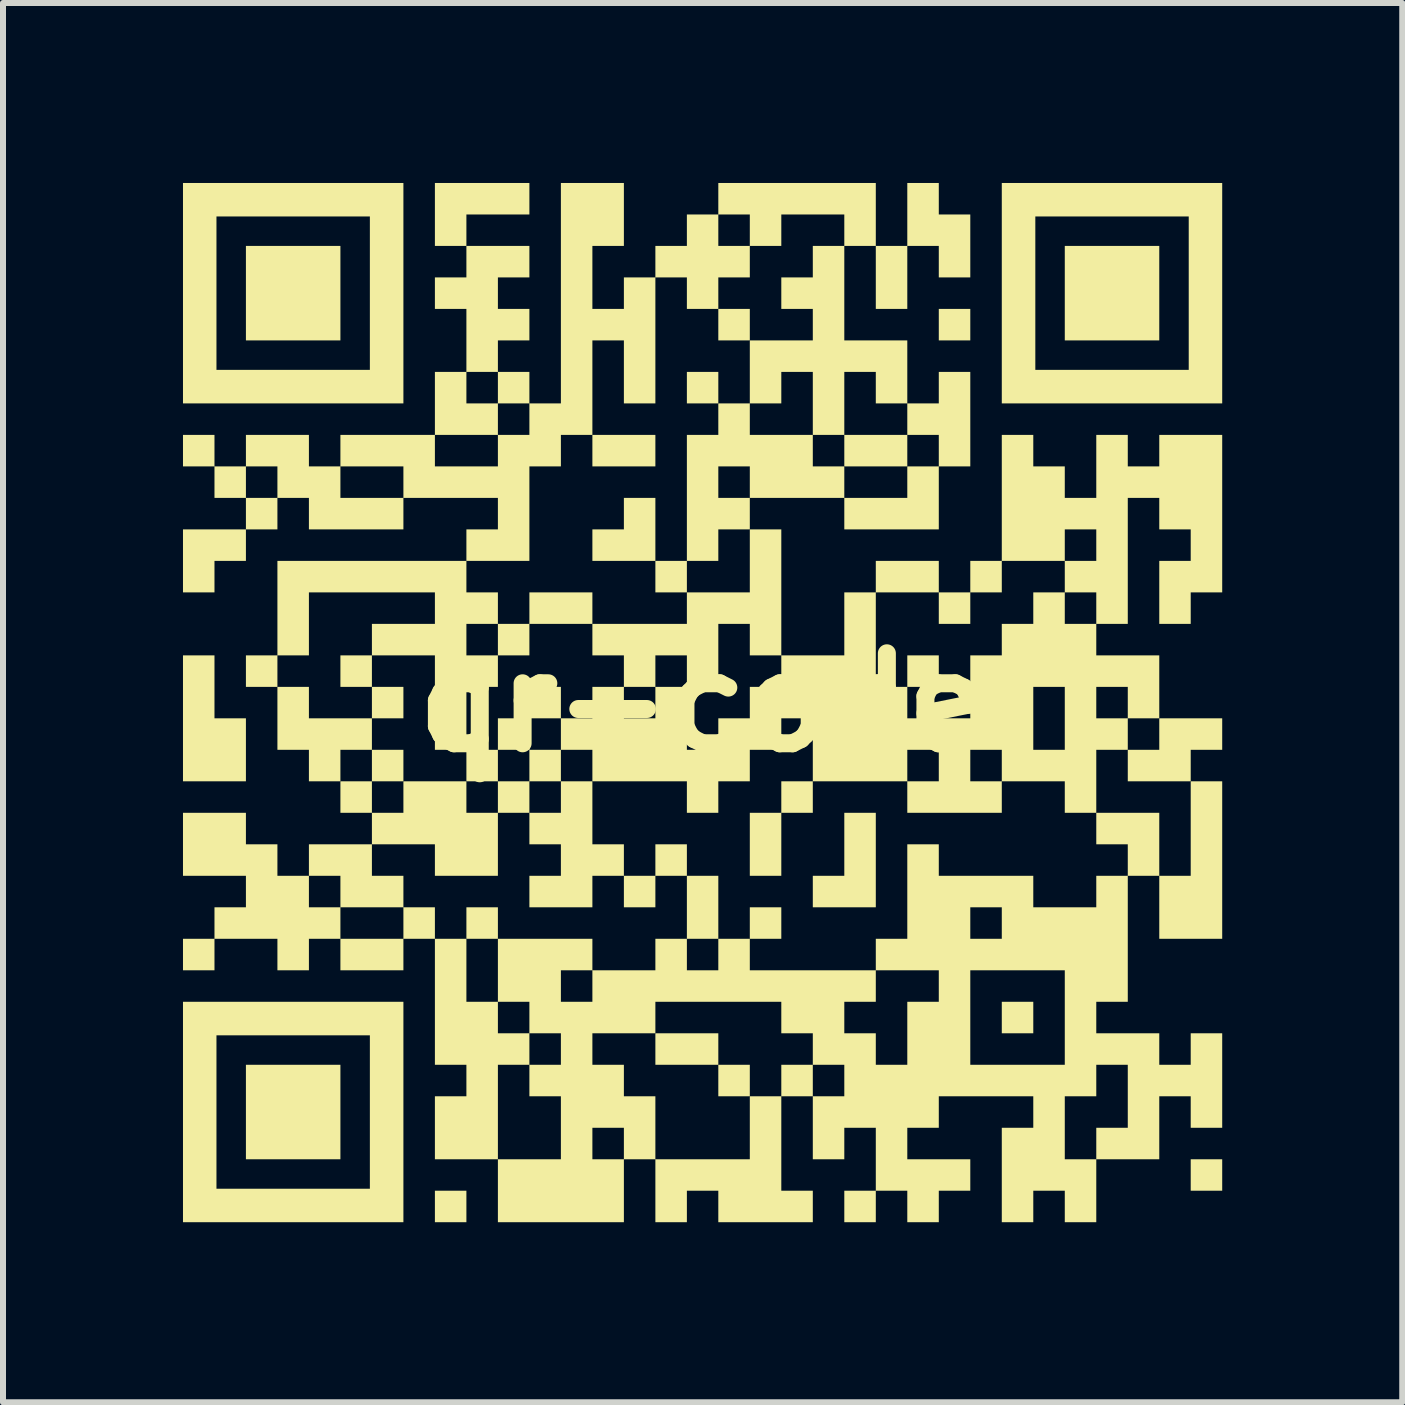
<source format=kicad_pcb>
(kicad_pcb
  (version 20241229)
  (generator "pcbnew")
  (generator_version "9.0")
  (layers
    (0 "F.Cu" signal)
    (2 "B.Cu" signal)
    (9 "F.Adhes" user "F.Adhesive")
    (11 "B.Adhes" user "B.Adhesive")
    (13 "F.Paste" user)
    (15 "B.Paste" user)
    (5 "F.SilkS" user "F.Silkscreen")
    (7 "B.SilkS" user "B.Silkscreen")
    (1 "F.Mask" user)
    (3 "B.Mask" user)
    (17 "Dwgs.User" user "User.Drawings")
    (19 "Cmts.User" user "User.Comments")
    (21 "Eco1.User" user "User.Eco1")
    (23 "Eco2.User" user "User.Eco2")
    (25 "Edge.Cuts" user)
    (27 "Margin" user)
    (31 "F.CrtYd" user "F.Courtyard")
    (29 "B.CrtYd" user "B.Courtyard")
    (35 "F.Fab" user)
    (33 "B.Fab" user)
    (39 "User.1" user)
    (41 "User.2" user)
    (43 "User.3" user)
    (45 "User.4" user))
  (footprint "qr-code"
    (layer "F.Cu")
    (at 8.661 8.661)
    (property "Reference" "qr-code" (at 0 0 0) (layer "F.SilkS") (effects (font (size 1.5 1.5) (thickness 0.3))))
    (attr board_only exclude_from_pos_files exclude_from_bom)
    (fp_poly (pts (xy -6.037 -6.824) (xy -6.037 -6.037) (xy -6.824 -6.037) (xy -7.612 -6.037) (xy -7.612 -6.824) (xy -7.612 -7.612) (xy -6.824 -7.612) (xy -6.037 -7.612)) (stroke (width 0) (type solid)) (fill yes) (layer "F.SilkS"))
    (fp_poly (pts (xy -6.037 6.824) (xy -6.037 7.612) (xy -6.824 7.612) (xy -7.612 7.612) (xy -7.612 6.824) (xy -7.612 6.037) (xy -6.824 6.037) (xy -6.037 6.037)) (stroke (width 0) (type solid)) (fill yes) (layer "F.SilkS"))
    (fp_poly (pts (xy -5.512 -0.525) (xy -5.512 -0.262) (xy -5.774 -0.262) (xy -6.037 -0.262) (xy -6.037 -0.525) (xy -6.037 -0.787) (xy -5.774 -0.787) (xy -5.512 -0.787)) (stroke (width 0) (type solid)) (fill yes) (layer "F.SilkS"))
    (fp_poly (pts (xy -4.987 -0.000001) (xy -4.987 0.262) (xy -5.249 0.262) (xy -5.512 0.262) (xy -5.512 -0.000001) (xy -5.512 -0.262) (xy -5.249 -0.262) (xy -4.987 -0.262)) (stroke (width 0) (type solid)) (fill yes) (layer "F.SilkS"))
    (fp_poly (pts (xy -4.987 1.05) (xy -4.987 1.312) (xy -5.249 1.312) (xy -5.512 1.312) (xy -5.512 1.05) (xy -5.512 0.787) (xy -5.249 0.787) (xy -4.987 0.787)) (stroke (width 0) (type solid)) (fill yes) (layer "F.SilkS"))
    (fp_poly (pts (xy -3.937 8.399) (xy -3.937 8.661) (xy -4.199 8.661) (xy -4.462 8.661) (xy -4.462 8.399) (xy -4.462 8.136) (xy -4.199 8.136) (xy -3.937 8.136)) (stroke (width 0) (type solid)) (fill yes) (layer "F.SilkS"))
    (fp_poly (pts (xy -3.412 3.675) (xy -3.412 3.937) (xy -3.675 3.937) (xy -3.937 3.937) (xy -3.937 3.675) (xy -3.937 3.412) (xy -3.675 3.412) (xy -3.412 3.412)) (stroke (width 0) (type solid)) (fill yes) (layer "F.SilkS"))
    (fp_poly (pts (xy -0.787 -4.199) (xy -0.787 -3.937) (xy -1.312 -3.937) (xy -1.837 -3.937) (xy -1.837 -4.199) (xy -1.837 -4.462) (xy -1.312 -4.462) (xy -0.787 -4.462)) (stroke (width 0) (type solid)) (fill yes) (layer "F.SilkS"))
    (fp_poly (pts (xy -0.262 -2.1) (xy -0.262 -1.837) (xy -0.525 -1.837) (xy -0.787 -1.837) (xy -0.787 -2.1) (xy -0.787 -2.362) (xy -0.525 -2.362) (xy -0.262 -2.362)) (stroke (width 0) (type solid)) (fill yes) (layer "F.SilkS"))
    (fp_poly (pts (xy 0.262 -5.249) (xy 0.262 -4.987) (xy -0.000001 -4.987) (xy -0.262 -4.987) (xy -0.262 -5.249) (xy -0.262 -5.512) (xy -0.000001 -5.512) (xy 0.262 -5.512)) (stroke (width 0) (type solid)) (fill yes) (layer "F.SilkS"))
    (fp_poly (pts (xy 0.262 3.412) (xy 0.262 3.937) (xy -0.000001 3.937) (xy -0.262 3.937) (xy -0.262 3.412) (xy -0.262 2.887) (xy -0.000001 2.887) (xy 0.262 2.887)) (stroke (width 0) (type solid)) (fill yes) (layer "F.SilkS"))
    (fp_poly (pts (xy 0.262 5.774) (xy 0.262 6.037) (xy -0.262 6.037) (xy -0.787 6.037) (xy -0.787 5.774) (xy -0.787 5.512) (xy -0.262 5.512) (xy 0.262 5.512)) (stroke (width 0) (type solid)) (fill yes) (layer "F.SilkS"))
    (fp_poly (pts (xy 0.787 -6.299) (xy 0.787 -6.037) (xy 0.525 -6.037) (xy 0.262 -6.037) (xy 0.262 -6.299) (xy 0.262 -6.562) (xy 0.525 -6.562) (xy 0.787 -6.562)) (stroke (width 0) (type solid)) (fill yes) (layer "F.SilkS"))
    (fp_poly (pts (xy 0.787 6.299) (xy 0.787 6.562) (xy 0.525 6.562) (xy 0.262 6.562) (xy 0.262 6.299) (xy 0.262 6.037) (xy 0.525 6.037) (xy 0.787 6.037)) (stroke (width 0) (type solid)) (fill yes) (layer "F.SilkS"))
    (fp_poly (pts (xy 1.312 3.675) (xy 1.312 3.937) (xy 1.05 3.937) (xy 0.787 3.937) (xy 0.787 3.675) (xy 0.787 3.412) (xy 1.05 3.412) (xy 1.312 3.412)) (stroke (width 0) (type solid)) (fill yes) (layer "F.SilkS"))
    (fp_poly (pts (xy 3.412 -4.199) (xy 3.412 -3.937) (xy 2.887 -3.937) (xy 2.362 -3.937) (xy 2.362 -4.199) (xy 2.362 -4.462) (xy 2.887 -4.462) (xy 3.412 -4.462)) (stroke (width 0) (type solid)) (fill yes) (layer "F.SilkS"))
    (fp_poly (pts (xy 3.937 -0.525) (xy 3.937 -0.262) (xy 3.675 -0.262) (xy 3.412 -0.262) (xy 3.412 -0.525) (xy 3.412 -0.787) (xy 3.675 -0.787) (xy 3.937 -0.787)) (stroke (width 0) (type solid)) (fill yes) (layer "F.SilkS"))
    (fp_poly (pts (xy 4.462 -6.299) (xy 4.462 -6.037) (xy 4.199 -6.037) (xy 3.937 -6.037) (xy 3.937 -6.299) (xy 3.937 -6.562) (xy 4.199 -6.562) (xy 4.462 -6.562)) (stroke (width 0) (type solid)) (fill yes) (layer "F.SilkS"))
    (fp_poly (pts (xy 5.512 5.249) (xy 5.512 5.512) (xy 5.249 5.512) (xy 4.987 5.512) (xy 4.987 5.249) (xy 4.987 4.987) (xy 5.249 4.987) (xy 5.512 4.987)) (stroke (width 0) (type solid)) (fill yes) (layer "F.SilkS"))
    (fp_poly (pts (xy 7.612 -6.824) (xy 7.612 -6.037) (xy 6.824 -6.037) (xy 6.037 -6.037) (xy 6.037 -6.824) (xy 6.037 -7.612) (xy 6.824 -7.612) (xy 7.612 -7.612)) (stroke (width 0) (type solid)) (fill yes) (layer "F.SilkS"))
    (fp_poly (pts (xy 8.661 7.874) (xy 8.661 8.136) (xy 8.399 8.136) (xy 8.136 8.136) (xy 8.136 7.874) (xy 8.136 7.612) (xy 8.399 7.612) (xy 8.661 7.612)) (stroke (width 0) (type solid)) (fill yes) (layer "F.SilkS"))
    (fp_poly (pts (xy -8.136 -0.262) (xy -8.136 0.262) (xy -7.874 0.262) (xy -7.612 0.262) (xy -7.612 0.787) (xy -7.612 1.312) (xy -8.136 1.312) (xy -8.661 1.312) (xy -8.661 0.262) (xy -8.661 -0.787) (xy -8.399 -0.787) (xy -8.136 -0.787)) (stroke (width 0) (type solid)) (fill yes) (layer "F.SilkS"))
    (fp_poly (pts (xy -2.887 -8.399) (xy -2.887 -8.136) (xy -3.412 -8.136) (xy -3.937 -8.136) (xy -3.937 -7.874) (xy -3.937 -7.612) (xy -4.199 -7.612) (xy -4.462 -7.612) (xy -4.462 -8.136) (xy -4.462 -8.661) (xy -3.675 -8.661) (xy -2.887 -8.661)) (stroke (width 0) (type solid)) (fill yes) (layer "F.SilkS"))
    (fp_poly (pts (xy -0.787 -2.887) (xy -0.787 -2.362) (xy -1.312 -2.362) (xy -1.837 -2.362) (xy -1.837 -2.625) (xy -1.837 -2.887) (xy -1.575 -2.887) (xy -1.312 -2.887) (xy -1.312 -3.15) (xy -1.312 -3.412) (xy -1.05 -3.412) (xy -0.787 -3.412)) (stroke (width 0) (type solid)) (fill yes) (layer "F.SilkS"))
    (fp_poly (pts (xy 2.887 2.625) (xy 2.887 3.412) (xy 2.362 3.412) (xy 1.837 3.412) (xy 1.837 3.15) (xy 1.837 2.887) (xy 2.1 2.887) (xy 2.362 2.887) (xy 2.362 2.362) (xy 2.362 1.837) (xy 2.625 1.837) (xy 2.887 1.837)) (stroke (width 0) (type solid)) (fill yes) (layer "F.SilkS"))
    (fp_poly (pts (xy -1.837 -1.575) (xy -1.837 -1.312) (xy -2.362 -1.312) (xy -2.887 -1.312) (xy -2.887 -1.05) (xy -2.887 -0.787) (xy -3.15 -0.787) (xy -3.412 -0.787) (xy -3.412 -1.05) (xy -3.412 -1.312) (xy -3.15 -1.312) (xy -2.887 -1.312) (xy -2.887 -1.575) (xy -2.887 -1.837) (xy -2.362 -1.837) (xy -1.837 -1.837)) (stroke (width 0) (type solid)) (fill yes) (layer "F.SilkS"))
    (fp_poly (pts (xy 1.837 1.575) (xy 1.837 1.837) (xy 1.575 1.837) (xy 1.312 1.837) (xy 1.312 2.362) (xy 1.312 2.887) (xy 1.05 2.887) (xy 0.787 2.887) (xy 0.787 2.362) (xy 0.787 1.837) (xy 1.05 1.837) (xy 1.312 1.837) (xy 1.312 1.575) (xy 1.312 1.312) (xy 1.575 1.312) (xy 1.837 1.312)) (stroke (width 0) (type solid)) (fill yes) (layer "F.SilkS"))
    (fp_poly (pts (xy 8.661 0.525) (xy 8.661 0.787) (xy 8.399 0.787) (xy 8.136 0.787) (xy 8.136 1.05) (xy 8.136 1.312) (xy 7.612 1.312) (xy 7.087 1.312) (xy 7.087 1.05) (xy 7.087 0.787) (xy 7.349 0.787) (xy 7.612 0.787) (xy 7.612 0.525) (xy 7.612 0.262) (xy 8.136 0.262) (xy 8.661 0.262)) (stroke (width 0) (type solid)) (fill yes) (layer "F.SilkS"))
    (fp_poly (pts (xy -4.987 -6.824) (xy -4.987 -4.987) (xy -6.824 -4.987) (xy -8.661 -4.987) (xy -8.661 -6.824) (xy -8.103 -6.824) (xy -8.103 -5.546) (xy -6.824 -5.546) (xy -5.546 -5.546) (xy -5.546 -6.824) (xy -5.546 -8.103) (xy -6.824 -8.103) (xy -8.103 -8.103) (xy -8.103 -6.824) (xy -8.661 -6.824) (xy -8.661 -8.661) (xy -6.824 -8.661) (xy -4.987 -8.661)) (stroke (width 0) (type solid)) (fill yes) (layer "F.SilkS"))
    (fp_poly (pts (xy -4.987 6.824) (xy -4.987 8.661) (xy -6.824 8.661) (xy -8.661 8.661) (xy -8.661 6.824) (xy -8.103 6.824) (xy -8.103 8.103) (xy -6.824 8.103) (xy -5.546 8.103) (xy -5.546 6.824) (xy -5.546 5.546) (xy -6.824 5.546) (xy -8.103 5.546) (xy -8.103 6.824) (xy -8.661 6.824) (xy -8.661 4.987) (xy -6.824 4.987) (xy -4.987 4.987)) (stroke (width 0) (type solid)) (fill yes) (layer "F.SilkS"))
    (fp_poly (pts (xy 8.661 -6.824) (xy 8.661 -4.987) (xy 6.824 -4.987) (xy 4.987 -4.987) (xy 4.987 -6.824) (xy 5.546 -6.824) (xy 5.546 -5.546) (xy 6.824 -5.546) (xy 8.103 -5.546) (xy 8.103 -6.824) (xy 8.103 -8.103) (xy 6.824 -8.103) (xy 5.546 -8.103) (xy 5.546 -6.824) (xy 4.987 -6.824) (xy 4.987 -8.661) (xy 6.824 -8.661) (xy 8.661 -8.661)) (stroke (width 0) (type solid)) (fill yes) (layer "F.SilkS"))
    (fp_poly (pts (xy -6.562 -0.000001) (xy -6.562 0.262) (xy -6.037 0.262) (xy -5.512 0.262) (xy -5.512 0.525) (xy -5.512 0.787) (xy -5.774 0.787) (xy -6.037 0.787) (xy -6.037 1.05) (xy -6.037 1.312) (xy -6.299 1.312) (xy -6.562 1.312) (xy -6.562 1.05) (xy -6.562 0.787) (xy -6.824 0.787) (xy -7.087 0.787) (xy -7.087 0.262) (xy -7.087 -0.262) (xy -6.824 -0.262) (xy -6.562 -0.262)) (stroke (width 0) (type solid)) (fill yes) (layer "F.SilkS"))
    (fp_poly (pts (xy -2.362 -0.000001) (xy -2.362 0.262) (xy -2.625 0.262) (xy -2.887 0.262) (xy -2.887 0.525) (xy -2.887 0.787) (xy -3.15 0.787) (xy -3.412 0.787) (xy -3.412 1.05) (xy -3.412 1.312) (xy -3.15 1.312) (xy -2.887 1.312) (xy -2.887 1.05) (xy -2.887 0.787) (xy -2.625 0.787) (xy -2.362 0.787) (xy -2.362 1.05) (xy -2.362 1.312) (xy -2.625 1.312) (xy -2.887 1.312) (xy -2.887 1.575) (xy -2.887 1.837) (xy -2.625 1.837) (xy -2.362 1.837) (xy -2.362 1.575) (xy -2.362 1.312) (xy -2.1 1.312) (xy -1.837 1.312) (xy -1.837 1.837) (xy -1.837 2.362) (xy -1.575 2.362) (xy -1.312 2.362) (xy -1.312 2.625) (xy -1.312 2.887) (xy -1.05 2.887) (xy -0.787 2.887) (xy -0.787 2.625) (xy -0.787 2.362) (xy -0.525 2.362) (xy -0.262 2.362) (xy -0.262 2.625) (xy -0.262 2.887) (xy -0.525 2.887) (xy -0.787 2.887) (xy -0.787 3.15) (xy -0.787 3.412) (xy -1.05 3.412) (xy -1.312 3.412) (xy -1.312 3.15) (xy -1.312 2.887) (xy -1.575 2.887) (xy -1.837 2.887) (xy -1.837 3.15) (xy -1.837 3.412) (xy -2.362 3.412) (xy -2.887 3.412) (xy -2.887 3.15) (xy -2.887 2.887) (xy -2.625 2.887) (xy -2.362 2.887) (xy -2.362 2.625) (xy -2.362 2.362) (xy -2.625 2.362) (xy -2.887 2.362) (xy -2.887 2.1) (xy -2.887 1.837) (xy -3.15 1.837) (xy -3.412 1.837) (xy -3.412 1.575) (xy -3.412 1.312) (xy -3.675 1.312) (xy -3.937 1.312) (xy -3.937 1.05) (xy -3.937 0.787) (xy -3.675 0.787) (xy -3.412 0.787) (xy -3.412 0.525) (xy -3.412 0.262) (xy -3.15 0.262) (xy -2.887 0.262) (xy -2.887 -0.000001) (xy -2.887 -0.262) (xy -2.625 -0.262) (xy -2.362 -0.262)) (stroke (width 0) (type solid)) (fill yes) (layer "F.SilkS"))
    (fp_poly (pts (xy -5.512 1.575) (xy -5.512 1.837) (xy -5.249 1.837) (xy -4.987 1.837) (xy -4.987 1.575) (xy -4.987 1.312) (xy -4.462 1.312) (xy -3.937 1.312) (xy -3.937 1.575) (xy -3.937 1.837) (xy -3.675 1.837) (xy -3.412 1.837) (xy -3.412 2.362) (xy -3.412 2.887) (xy -3.937 2.887) (xy -4.462 2.887) (xy -4.462 2.625) (xy -4.462 2.362) (xy -4.987 2.362) (xy -5.512 2.362) (xy -5.512 2.625) (xy -5.512 2.887) (xy -5.249 2.887) (xy -4.987 2.887) (xy -4.987 3.15) (xy -4.987 3.412) (xy -5.512 3.412) (xy -6.037 3.412) (xy -6.037 3.15) (xy -6.037 2.887) (xy -6.299 2.887) (xy -6.562 2.887) (xy -6.562 3.15) (xy -6.562 3.412) (xy -6.299 3.412) (xy -6.037 3.412) (xy -6.037 3.675) (xy -6.037 3.937) (xy -5.512 3.937) (xy -4.987 3.937) (xy -4.987 3.675) (xy -4.987 3.412) (xy -4.724 3.412) (xy -4.462 3.412) (xy -4.462 3.675) (xy -4.462 3.937) (xy -4.724 3.937) (xy -4.987 3.937) (xy -4.987 4.199) (xy -4.987 4.462) (xy -5.512 4.462) (xy -6.037 4.462) (xy -6.037 4.199) (xy -6.037 3.937) (xy -6.299 3.937) (xy -6.562 3.937) (xy -6.562 4.199) (xy -6.562 4.462) (xy -6.824 4.462) (xy -7.087 4.462) (xy -7.087 4.199) (xy -7.087 3.937) (xy -7.612 3.937) (xy -8.136 3.937) (xy -8.136 4.199) (xy -8.136 4.462) (xy -8.399 4.462) (xy -8.661 4.462) (xy -8.661 4.199) (xy -8.661 3.937) (xy -8.399 3.937) (xy -8.136 3.937) (xy -8.136 3.675) (xy -8.136 3.412) (xy -7.874 3.412) (xy -7.612 3.412) (xy -7.612 3.15) (xy -7.612 2.887) (xy -8.136 2.887) (xy -8.661 2.887) (xy -8.661 2.362) (xy -8.661 1.837) (xy -8.136 1.837) (xy -7.612 1.837) (xy -7.612 2.1) (xy -7.612 2.362) (xy -7.349 2.362) (xy -7.087 2.362) (xy -7.087 2.625) (xy -7.087 2.887) (xy -6.824 2.887) (xy -6.562 2.887) (xy -6.562 2.625) (xy -6.562 2.362) (xy -6.037 2.362) (xy -5.512 2.362) (xy -5.512 2.1) (xy -5.512 1.837) (xy -5.774 1.837) (xy -6.037 1.837) (xy -6.037 1.575) (xy -6.037 1.312) (xy -5.774 1.312) (xy -5.512 1.312)) (stroke (width 0) (type solid)) (fill yes) (layer "F.SilkS"))
    (fp_poly (pts (xy 5.512 -4.199) (xy 5.512 -3.937) (xy 5.774 -3.937) (xy 6.037 -3.937) (xy 6.037 -3.675) (xy 6.037 -3.412) (xy 6.299 -3.412) (xy 6.562 -3.412) (xy 6.562 -3.937) (xy 6.562 -4.462) (xy 6.824 -4.462) (xy 7.087 -4.462) (xy 7.087 -4.199) (xy 7.087 -3.937) (xy 7.349 -3.937) (xy 7.612 -3.937) (xy 7.612 -4.199) (xy 7.612 -4.462) (xy 8.136 -4.462) (xy 8.661 -4.462) (xy 8.661 -3.15) (xy 8.661 -1.837) (xy 8.399 -1.837) (xy 8.136 -1.837) (xy 8.136 -1.575) (xy 8.136 -1.312) (xy 7.874 -1.312) (xy 7.612 -1.312) (xy 7.612 -1.837) (xy 7.612 -2.362) (xy 7.874 -2.362) (xy 8.136 -2.362) (xy 8.136 -2.625) (xy 8.136 -2.887) (xy 7.874 -2.887) (xy 7.612 -2.887) (xy 7.612 -3.15) (xy 7.612 -3.412) (xy 7.349 -3.412) (xy 7.087 -3.412) (xy 7.087 -2.362) (xy 7.087 -1.312) (xy 6.824 -1.312) (xy 6.562 -1.312) (xy 6.562 -1.05) (xy 6.562 -0.787) (xy 7.087 -0.787) (xy 7.612 -0.787) (xy 7.612 -0.262) (xy 7.612 0.262) (xy 7.349 0.262) (xy 7.087 0.262) (xy 7.087 0.525) (xy 7.087 0.787) (xy 6.824 0.787) (xy 6.562 0.787) (xy 6.562 1.312) (xy 6.562 1.837) (xy 6.299 1.837) (xy 6.037 1.837) (xy 6.037 1.575) (xy 6.037 1.312) (xy 5.512 1.312) (xy 4.987 1.312) (xy 4.987 1.575) (xy 4.987 1.837) (xy 4.199 1.837) (xy 3.412 1.837) (xy 3.412 1.575) (xy 3.412 1.312) (xy 3.675 1.312) (xy 3.937 1.312) (xy 3.937 1.05) (xy 4.462 1.05) (xy 4.462 1.312) (xy 4.724 1.312) (xy 4.987 1.312) (xy 4.987 1.05) (xy 4.987 0.787) (xy 4.724 0.787) (xy 4.462 0.787) (xy 4.462 1.05) (xy 3.937 1.05) (xy 3.937 0.787) (xy 3.675 0.787) (xy 3.412 0.787) (xy 3.412 1.05) (xy 3.412 1.312) (xy 2.625 1.312) (xy 1.837 1.312) (xy 1.837 0.787) (xy 1.837 0.262) (xy 1.575 0.262) (xy 1.312 0.262) (xy 1.312 0.525) (xy 1.312 0.787) (xy 1.05 0.787) (xy 0.787 0.787) (xy 0.787 1.05) (xy 0.787 1.312) (xy 0.525 1.312) (xy 0.262 1.312) (xy 0.262 1.575) (xy 0.262 1.837) (xy -0.000001 1.837) (xy -0.262 1.837) (xy -0.262 1.575) (xy -0.262 1.312) (xy -1.05 1.312) (xy -1.837 1.312) (xy -1.837 1.05) (xy -1.837 0.787) (xy -2.1 0.787) (xy -2.362 0.787) (xy -2.362 0.525) (xy -2.362 0.262) (xy -2.1 0.262) (xy -1.837 0.262) (xy -1.837 -0.000001) (xy -1.837 -0.262) (xy -1.575 -0.262) (xy -1.312 -0.262) (xy -1.312 -0.000001) (xy -1.312 0.262) (xy -1.05 0.262) (xy -0.787 0.262) (xy -0.787 -0.000001) (xy -0.787 -0.262) (xy -0.525 -0.262) (xy -0.262 -0.262) (xy -0.262 0.262) (xy -0.262 0.787) (xy -0.000001 0.787) (xy 0.262 0.787) (xy 0.262 0.525) (xy 0.262 0.262) (xy 0.525 0.262) (xy 0.787 0.262) (xy 0.787 -0.000001) (xy 0.787 -0.262) (xy 1.05 -0.262) (xy 1.312 -0.262) (xy 1.312 -0.525) (xy 1.312 -0.787) (xy 1.05 -0.787) (xy 0.787 -0.787) (xy 0.787 -1.05) (xy 0.787 -1.312) (xy 0.525 -1.312) (xy 0.262 -1.312) (xy 0.262 -0.787) (xy 0.262 -0.262) (xy -0.000001 -0.262) (xy -0.262 -0.262) (xy -0.262 -0.525) (xy -0.262 -0.787) (xy -0.525 -0.787) (xy -0.787 -0.787) (xy -0.787 -0.525) (xy -0.787 -0.262) (xy -1.05 -0.262) (xy -1.312 -0.262) (xy -1.312 -0.525) (xy -1.312 -0.787) (xy -1.575 -0.787) (xy -1.837 -0.787) (xy -1.837 -1.05) (xy -1.837 -1.312) (xy -1.05 -1.312) (xy -0.262 -1.312) (xy -0.262 -1.575) (xy -0.262 -1.837) (xy 0.262 -1.837) (xy 0.787 -1.837) (xy 0.787 -2.362) (xy 0.787 -2.887) (xy 1.05 -2.887) (xy 1.312 -2.887) (xy 1.312 -1.837) (xy 1.312 -0.787) (xy 1.837 -0.787) (xy 2.362 -0.787) (xy 2.362 -1.312) (xy 2.362 -1.837) (xy 2.625 -1.837) (xy 2.887 -1.837) (xy 2.887 -1.05) (xy 2.887 -0.262) (xy 3.15 -0.262) (xy 3.412 -0.262) (xy 3.412 -0.000001) (xy 3.412 0.262) (xy 3.937 0.262) (xy 4.462 0.262) (xy 5.512 0.262) (xy 5.512 0.787) (xy 5.774 0.787) (xy 6.037 0.787) (xy 6.037 0.262) (xy 6.037 -0.000001) (xy 6.562 -0.000001) (xy 6.562 0.262) (xy 6.824 0.262) (xy 7.087 0.262) (xy 7.087 -0.000001) (xy 7.087 -0.262) (xy 6.824 -0.262) (xy 6.562 -0.262) (xy 6.562 -0.000001) (xy 6.037 -0.000001) (xy 6.037 -0.262) (xy 5.774 -0.262) (xy 5.512 -0.262) (xy 5.512 0.262) (xy 4.462 0.262) (xy 4.462 -0.262) (xy 4.462 -0.787) (xy 4.724 -0.787) (xy 4.987 -0.787) (xy 4.987 -1.05) (xy 4.987 -1.312) (xy 5.249 -1.312) (xy 5.512 -1.312) (xy 5.512 -1.575) (xy 6.037 -1.575) (xy 6.037 -1.312) (xy 6.299 -1.312) (xy 6.562 -1.312) (xy 6.562 -1.575) (xy 6.562 -1.837) (xy 6.299 -1.837) (xy 6.037 -1.837) (xy 6.037 -1.575) (xy 5.512 -1.575) (xy 5.512 -1.837) (xy 5.774 -1.837) (xy 6.037 -1.837) (xy 6.037 -2.1) (xy 6.037 -2.362) (xy 6.299 -2.362) (xy 6.562 -2.362) (xy 6.562 -2.625) (xy 6.562 -2.887) (xy 6.299 -2.887) (xy 6.037 -2.887) (xy 6.037 -2.625) (xy 6.037 -2.362) (xy 5.512 -2.362) (xy 4.987 -2.362) (xy 4.987 -2.1) (xy 4.987 -1.837) (xy 4.724 -1.837) (xy 4.462 -1.837) (xy 4.462 -1.575) (xy 4.462 -1.312) (xy 4.199 -1.312) (xy 3.937 -1.312) (xy 3.937 -1.575) (xy 3.937 -1.837) (xy 3.412 -1.837) (xy 2.887 -1.837) (xy 2.887 -2.1) (xy 2.887 -2.362) (xy 3.412 -2.362) (xy 3.937 -2.362) (xy 3.937 -2.1) (xy 3.937 -1.837) (xy 4.199 -1.837) (xy 4.462 -1.837) (xy 4.462 -2.1) (xy 4.462 -2.362) (xy 4.724 -2.362) (xy 4.987 -2.362) (xy 4.987 -3.412) (xy 4.987 -4.462) (xy 5.249 -4.462) (xy 5.512 -4.462)) (stroke (width 0) (type solid)) (fill yes) (layer "F.SilkS"))
    (fp_poly (pts (xy 8.661 2.625) (xy 8.661 3.937) (xy 8.136 3.937) (xy 7.612 3.937) (xy 7.612 3.412) (xy 7.612 2.887) (xy 7.349 2.887) (xy 7.087 2.887) (xy 7.087 3.937) (xy 7.087 4.987) (xy 6.824 4.987) (xy 6.562 4.987) (xy 6.562 5.249) (xy 6.562 5.512) (xy 7.087 5.512) (xy 7.612 5.512) (xy 7.612 5.774) (xy 7.612 6.037) (xy 7.874 6.037) (xy 8.136 6.037) (xy 8.136 5.774) (xy 8.136 5.512) (xy 8.399 5.512) (xy 8.661 5.512) (xy 8.661 6.299) (xy 8.661 7.087) (xy 8.399 7.087) (xy 8.136 7.087) (xy 8.136 6.824) (xy 8.136 6.562) (xy 7.874 6.562) (xy 7.612 6.562) (xy 7.612 7.087) (xy 7.612 7.612) (xy 7.087 7.612) (xy 6.562 7.612) (xy 6.562 8.136) (xy 6.562 8.661) (xy 6.299 8.661) (xy 6.037 8.661) (xy 6.037 8.399) (xy 6.037 8.136) (xy 5.774 8.136) (xy 5.512 8.136) (xy 5.512 8.399) (xy 5.512 8.661) (xy 5.249 8.661) (xy 4.987 8.661) (xy 4.987 7.874) (xy 4.987 7.087) (xy 5.249 7.087) (xy 5.512 7.087) (xy 5.512 6.824) (xy 5.512 6.562) (xy 6.037 6.562) (xy 6.037 7.087) (xy 6.037 7.612) (xy 6.299 7.612) (xy 6.562 7.612) (xy 6.562 7.349) (xy 6.562 7.087) (xy 6.824 7.087) (xy 7.087 7.087) (xy 7.087 6.562) (xy 7.087 6.037) (xy 6.824 6.037) (xy 6.562 6.037) (xy 6.562 6.299) (xy 6.562 6.562) (xy 6.299 6.562) (xy 6.037 6.562) (xy 5.512 6.562) (xy 4.724 6.562) (xy 3.937 6.562) (xy 3.937 6.824) (xy 3.937 7.087) (xy 3.675 7.087) (xy 3.412 7.087) (xy 3.412 7.349) (xy 3.412 7.612) (xy 3.937 7.612) (xy 4.462 7.612) (xy 4.462 7.874) (xy 4.462 8.136) (xy 4.199 8.136) (xy 3.937 8.136) (xy 3.937 8.399) (xy 3.937 8.661) (xy 3.675 8.661) (xy 3.412 8.661) (xy 3.412 8.399) (xy 3.412 8.136) (xy 3.15 8.136) (xy 2.887 8.136) (xy 2.887 8.399) (xy 2.887 8.661) (xy 2.625 8.661) (xy 2.362 8.661) (xy 2.362 8.399) (xy 2.362 8.136) (xy 2.625 8.136) (xy 2.887 8.136) (xy 2.887 7.612) (xy 2.887 7.087) (xy 2.625 7.087) (xy 2.362 7.087) (xy 2.362 7.349) (xy 2.362 7.612) (xy 2.1 7.612) (xy 1.837 7.612) (xy 1.837 7.087) (xy 1.837 6.562) (xy 1.575 6.562) (xy 1.312 6.562) (xy 1.312 7.349) (xy 1.312 8.136) (xy 1.575 8.136) (xy 1.837 8.136) (xy 1.837 8.399) (xy 1.837 8.661) (xy 1.05 8.661) (xy 0.262 8.661) (xy 0.262 8.399) (xy 0.262 8.136) (xy -0.000001 8.136) (xy -0.262 8.136) (xy -0.262 8.399) (xy -0.262 8.661) (xy -0.525 8.661) (xy -0.787 8.661) (xy -0.787 8.136) (xy -0.787 7.612) (xy -1.05 7.612) (xy -1.312 7.612) (xy -1.312 8.136) (xy -1.312 8.661) (xy -2.362 8.661) (xy -3.412 8.661) (xy -3.412 8.136) (xy -3.412 7.612) (xy -3.937 7.612) (xy -4.462 7.612) (xy -4.462 7.087) (xy -4.462 6.562) (xy -4.199 6.562) (xy -3.937 6.562) (xy -3.937 6.299) (xy -3.937 6.037) (xy -3.412 6.037) (xy -3.412 6.824) (xy -3.412 7.612) (xy -2.887 7.612) (xy -2.362 7.612) (xy -2.362 7.349) (xy -1.837 7.349) (xy -1.837 7.612) (xy -1.575 7.612) (xy -1.312 7.612) (xy -1.312 7.349) (xy -1.312 7.087) (xy -1.575 7.087) (xy -1.837 7.087) (xy -1.837 7.349) (xy -2.362 7.349) (xy -2.362 7.087) (xy -2.362 6.562) (xy -2.625 6.562) (xy -2.887 6.562) (xy -2.887 6.299) (xy -2.887 6.037) (xy -2.625 6.037) (xy -2.362 6.037) (xy -2.362 5.774) (xy -2.362 5.512) (xy -1.837 5.512) (xy -1.837 5.774) (xy -1.837 6.037) (xy -1.575 6.037) (xy -1.312 6.037) (xy -1.312 6.299) (xy -1.312 6.562) (xy -1.05 6.562) (xy -0.787 6.562) (xy -0.787 7.087) (xy -0.787 7.612) (xy -0.000001 7.612) (xy 0.787 7.612) (xy 0.787 7.087) (xy 0.787 6.562) (xy 1.05 6.562) (xy 1.312 6.562) (xy 1.312 6.299) (xy 1.837 6.299) (xy 1.837 6.562) (xy 2.1 6.562) (xy 2.362 6.562) (xy 2.362 6.299) (xy 2.362 6.037) (xy 2.1 6.037) (xy 1.837 6.037) (xy 1.837 6.299) (xy 1.312 6.299) (xy 1.312 6.037) (xy 1.575 6.037) (xy 1.837 6.037) (xy 1.837 5.774) (xy 1.837 5.512) (xy 1.575 5.512) (xy 1.312 5.512) (xy 1.312 5.249) (xy 1.312 4.987) (xy 2.362 4.987) (xy 2.362 5.249) (xy 2.362 5.512) (xy 2.625 5.512) (xy 2.887 5.512) (xy 2.887 5.774) (xy 2.887 6.037) (xy 3.15 6.037) (xy 3.412 6.037) (xy 3.412 5.512) (xy 3.412 5.249) (xy 4.462 5.249) (xy 4.462 6.037) (xy 5.249 6.037) (xy 6.037 6.037) (xy 6.037 5.249) (xy 6.037 4.462) (xy 5.249 4.462) (xy 4.462 4.462) (xy 4.462 5.249) (xy 3.412 5.249) (xy 3.412 4.987) (xy 3.675 4.987) (xy 3.937 4.987) (xy 3.937 4.724) (xy 3.937 4.462) (xy 3.412 4.462) (xy 2.887 4.462) (xy 2.887 4.724) (xy 2.887 4.987) (xy 2.625 4.987) (xy 2.362 4.987) (xy 1.312 4.987) (xy 0.262 4.987) (xy -0.787 4.987) (xy -0.787 5.249) (xy -0.787 5.512) (xy -1.312 5.512) (xy -1.837 5.512) (xy -2.362 5.512) (xy -2.625 5.512) (xy -2.887 5.512) (xy -2.887 5.774) (xy -2.887 6.037) (xy -3.15 6.037) (xy -3.412 6.037) (xy -3.937 6.037) (xy -4.199 6.037) (xy -4.462 6.037) (xy -4.462 5.249) (xy -3.412 5.249) (xy -3.412 5.512) (xy -3.15 5.512) (xy -2.887 5.512) (xy -2.887 5.249) (xy -2.887 4.987) (xy -3.15 4.987) (xy -3.412 4.987) (xy -3.412 5.249) (xy -4.462 5.249) (xy -4.462 4.987) (xy -4.462 3.937) (xy -4.199 3.937) (xy -3.937 3.937) (xy -3.937 4.462) (xy -3.937 4.987) (xy -3.675 4.987) (xy -3.412 4.987) (xy -3.412 4.462) (xy -3.412 3.937) (xy -2.625 3.937) (xy -1.837 3.937) (xy -1.837 4.199) (xy -1.837 4.462) (xy -2.1 4.462) (xy -2.362 4.462) (xy -2.362 4.724) (xy -2.362 4.987) (xy -2.1 4.987) (xy -1.837 4.987) (xy -1.837 4.724) (xy -1.837 4.462) (xy -1.312 4.462) (xy -0.787 4.462) (xy -0.787 4.199) (xy -0.787 3.937) (xy -0.525 3.937) (xy -0.262 3.937) (xy -0.262 4.199) (xy -0.262 4.462) (xy -0.000001 4.462) (xy 0.262 4.462) (xy 0.262 4.199) (xy 0.262 3.937) (xy 0.525 3.937) (xy 0.787 3.937) (xy 0.787 4.199) (xy 0.787 4.462) (xy 1.837 4.462) (xy 2.887 4.462) (xy 2.887 4.199) (xy 2.887 3.937) (xy 3.15 3.937) (xy 3.412 3.937) (xy 3.412 3.675) (xy 4.462 3.675) (xy 4.462 3.937) (xy 4.724 3.937) (xy 4.987 3.937) (xy 4.987 3.675) (xy 4.987 3.412) (xy 4.724 3.412) (xy 4.462 3.412) (xy 4.462 3.675) (xy 3.412 3.675) (xy 3.412 3.15) (xy 3.412 2.362) (xy 3.675 2.362) (xy 3.937 2.362) (xy 3.937 2.625) (xy 3.937 2.887) (xy 4.724 2.887) (xy 5.512 2.887) (xy 5.512 3.15) (xy 5.512 3.412) (xy 6.037 3.412) (xy 6.562 3.412) (xy 6.562 3.15) (xy 6.562 2.887) (xy 6.824 2.887) (xy 7.087 2.887) (xy 7.087 2.625) (xy 7.087 2.362) (xy 6.824 2.362) (xy 6.562 2.362) (xy 6.562 2.1) (xy 6.562 1.837) (xy 7.087 1.837) (xy 7.612 1.837) (xy 7.612 2.362) (xy 7.612 2.887) (xy 7.874 2.887) (xy 8.136 2.887) (xy 8.136 2.1) (xy 8.136 1.312) (xy 8.399 1.312) (xy 8.661 1.312)) (stroke (width 0) (type solid)) (fill yes) (layer "F.SilkS"))
    (fp_poly (pts (xy -1.312 -8.136) (xy -1.312 -7.612) (xy -1.575 -7.612) (xy -1.837 -7.612) (xy -1.837 -7.087) (xy -1.837 -6.562) (xy -1.575 -6.562) (xy -1.312 -6.562) (xy -1.312 -6.824) (xy -1.312 -7.087) (xy -1.05 -7.087) (xy -0.787 -7.087) (xy -0.787 -7.349) (xy -0.787 -7.612) (xy -0.525 -7.612) (xy -0.262 -7.612) (xy -0.262 -7.874) (xy -0.262 -8.136) (xy -0.000001 -8.136) (xy 0.262 -8.136) (xy 0.262 -8.399) (xy 0.262 -8.661) (xy 1.575 -8.661) (xy 2.887 -8.661) (xy 2.887 -8.136) (xy 2.887 -7.612) (xy 3.15 -7.612) (xy 3.412 -7.612) (xy 3.412 -8.136) (xy 3.412 -8.661) (xy 3.675 -8.661) (xy 3.937 -8.661) (xy 3.937 -8.399) (xy 3.937 -8.136) (xy 4.199 -8.136) (xy 4.462 -8.136) (xy 4.462 -7.612) (xy 4.462 -7.087) (xy 4.199 -7.087) (xy 3.937 -7.087) (xy 3.937 -7.349) (xy 3.937 -7.612) (xy 3.675 -7.612) (xy 3.412 -7.612) (xy 3.412 -7.087) (xy 3.412 -6.562) (xy 3.15 -6.562) (xy 2.887 -6.562) (xy 2.887 -7.087) (xy 2.887 -7.612) (xy 2.625 -7.612) (xy 2.362 -7.612) (xy 2.362 -6.824) (xy 2.362 -6.037) (xy 2.887 -6.037) (xy 3.412 -6.037) (xy 3.412 -5.512) (xy 3.412 -4.987) (xy 3.675 -4.987) (xy 3.937 -4.987) (xy 3.937 -5.249) (xy 3.937 -5.512) (xy 4.199 -5.512) (xy 4.462 -5.512) (xy 4.462 -4.724) (xy 4.462 -3.937) (xy 4.199 -3.937) (xy 3.937 -3.937) (xy 3.937 -3.412) (xy 3.937 -2.887) (xy 3.15 -2.887) (xy 2.362 -2.887) (xy 2.362 -3.15) (xy 2.362 -3.412) (xy 1.575 -3.412) (xy 0.787 -3.412) (xy 0.787 -3.15) (xy 0.787 -2.887) (xy 0.525 -2.887) (xy 0.262 -2.887) (xy 0.262 -2.625) (xy 0.262 -2.362) (xy -0.000001 -2.362) (xy -0.262 -2.362) (xy -0.262 -3.412) (xy -0.262 -3.675) (xy 0.262 -3.675) (xy 0.262 -3.412) (xy 0.525 -3.412) (xy 0.787 -3.412) (xy 0.787 -3.675) (xy 0.787 -3.937) (xy 0.525 -3.937) (xy 0.262 -3.937) (xy 0.262 -3.675) (xy -0.262 -3.675) (xy -0.262 -4.462) (xy -0.000001 -4.462) (xy 0.262 -4.462) (xy 0.262 -4.724) (xy 0.262 -4.987) (xy 0.525 -4.987) (xy 0.787 -4.987) (xy 0.787 -4.724) (xy 0.787 -4.462) (xy 1.312 -4.462) (xy 1.837 -4.462) (xy 1.837 -4.199) (xy 1.837 -3.937) (xy 2.1 -3.937) (xy 2.362 -3.937) (xy 2.362 -3.675) (xy 2.362 -3.412) (xy 2.887 -3.412) (xy 3.412 -3.412) (xy 3.412 -3.675) (xy 3.412 -3.937) (xy 3.675 -3.937) (xy 3.937 -3.937) (xy 3.937 -4.199) (xy 3.937 -4.462) (xy 3.675 -4.462) (xy 3.412 -4.462) (xy 3.412 -4.724) (xy 3.412 -4.987) (xy 3.15 -4.987) (xy 2.887 -4.987) (xy 2.887 -5.249) (xy 2.887 -5.512) (xy 2.625 -5.512) (xy 2.362 -5.512) (xy 2.362 -4.987) (xy 2.362 -4.462) (xy 2.1 -4.462) (xy 1.837 -4.462) (xy 1.837 -4.987) (xy 1.837 -5.512) (xy 1.575 -5.512) (xy 1.312 -5.512) (xy 1.312 -5.249) (xy 1.312 -4.987) (xy 1.05 -4.987) (xy 0.787 -4.987) (xy 0.787 -5.512) (xy 0.787 -6.037) (xy 1.312 -6.037) (xy 1.837 -6.037) (xy 1.837 -6.299) (xy 1.837 -6.562) (xy 1.575 -6.562) (xy 1.312 -6.562) (xy 1.312 -6.824) (xy 1.312 -7.087) (xy 1.575 -7.087) (xy 1.837 -7.087) (xy 1.837 -7.349) (xy 1.837 -7.612) (xy 2.1 -7.612) (xy 2.362 -7.612) (xy 2.362 -7.874) (xy 2.362 -8.136) (xy 1.837 -8.136) (xy 1.312 -8.136) (xy 1.312 -7.874) (xy 1.312 -7.612) (xy 1.05 -7.612) (xy 0.787 -7.612) (xy 0.787 -7.874) (xy 0.787 -8.136) (xy 0.525 -8.136) (xy 0.262 -8.136) (xy 0.262 -7.874) (xy 0.262 -7.612) (xy 0.525 -7.612) (xy 0.787 -7.612) (xy 0.787 -7.349) (xy 0.787 -7.087) (xy 0.525 -7.087) (xy 0.262 -7.087) (xy 0.262 -6.824) (xy 0.262 -6.562) (xy -0.000001 -6.562) (xy -0.262 -6.562) (xy -0.262 -6.824) (xy -0.262 -7.087) (xy -0.525 -7.087) (xy -0.787 -7.087) (xy -0.787 -6.037) (xy -0.787 -4.987) (xy -1.05 -4.987) (xy -1.312 -4.987) (xy -1.312 -5.512) (xy -1.312 -6.037) (xy -1.575 -6.037) (xy -1.837 -6.037) (xy -1.837 -5.249) (xy -1.837 -4.462) (xy -2.1 -4.462) (xy -2.362 -4.462) (xy -2.362 -4.199) (xy -2.362 -3.937) (xy -2.625 -3.937) (xy -2.887 -3.937) (xy -2.887 -3.15) (xy -2.887 -2.362) (xy -3.412 -2.362) (xy -3.937 -2.362) (xy -3.937 -2.1) (xy -3.937 -1.837) (xy -3.675 -1.837) (xy -3.412 -1.837) (xy -3.412 -1.575) (xy -3.412 -1.312) (xy -3.675 -1.312) (xy -3.937 -1.312) (xy -3.937 -1.05) (xy -3.937 -0.787) (xy -3.675 -0.787) (xy -3.412 -0.787) (xy -3.412 -0.525) (xy -3.412 -0.262) (xy -3.675 -0.262) (xy -3.937 -0.262) (xy -3.937 0.262) (xy -3.937 0.787) (xy -4.199 0.787) (xy -4.462 0.787) (xy -4.462 -0.000001) (xy -4.462 -0.787) (xy -4.987 -0.787) (xy -5.512 -0.787) (xy -5.512 -1.05) (xy -5.512 -1.312) (xy -4.987 -1.312) (xy -4.462 -1.312) (xy -4.462 -1.575) (xy -4.462 -1.837) (xy -5.512 -1.837) (xy -6.562 -1.837) (xy -6.562 -1.312) (xy -6.562 -0.787) (xy -6.824 -0.787) (xy -7.087 -0.787) (xy -7.087 -0.525) (xy -7.087 -0.262) (xy -7.349 -0.262) (xy -7.612 -0.262) (xy -7.612 -0.525) (xy -7.612 -0.787) (xy -7.349 -0.787) (xy -7.087 -0.787) (xy -7.087 -1.575) (xy -7.087 -2.362) (xy -5.512 -2.362) (xy -3.937 -2.362) (xy -3.937 -2.625) (xy -3.937 -2.887) (xy -3.675 -2.887) (xy -3.412 -2.887) (xy -3.412 -3.15) (xy -3.412 -3.412) (xy -4.199 -3.412) (xy -4.987 -3.412) (xy -4.987 -3.15) (xy -4.987 -2.887) (xy -5.774 -2.887) (xy -6.562 -2.887) (xy -6.562 -3.15) (xy -6.562 -3.412) (xy -6.824 -3.412) (xy -7.087 -3.412) (xy -7.087 -3.15) (xy -7.087 -2.887) (xy -7.349 -2.887) (xy -7.612 -2.887) (xy -7.612 -2.625) (xy -7.612 -2.362) (xy -7.874 -2.362) (xy -8.136 -2.362) (xy -8.136 -2.1) (xy -8.136 -1.837) (xy -8.399 -1.837) (xy -8.661 -1.837) (xy -8.661 -2.362) (xy -8.661 -2.887) (xy -8.136 -2.887) (xy -7.612 -2.887) (xy -7.612 -3.15) (xy -7.612 -3.412) (xy -7.874 -3.412) (xy -8.136 -3.412) (xy -8.136 -3.675) (xy -7.612 -3.675) (xy -7.612 -3.412) (xy -7.349 -3.412) (xy -7.087 -3.412) (xy -7.087 -3.675) (xy -6.037 -3.675) (xy -6.037 -3.412) (xy -5.512 -3.412) (xy -4.987 -3.412) (xy -4.987 -3.675) (xy -4.987 -3.937) (xy -5.512 -3.937) (xy -6.037 -3.937) (xy -6.037 -3.675) (xy -7.087 -3.675) (xy -7.087 -3.937) (xy -7.349 -3.937) (xy -7.612 -3.937) (xy -7.612 -3.675) (xy -8.136 -3.675) (xy -8.136 -3.937) (xy -8.399 -3.937) (xy -8.661 -3.937) (xy -8.661 -4.199) (xy -8.661 -4.462) (xy -8.399 -4.462) (xy -8.136 -4.462) (xy -8.136 -4.199) (xy -8.136 -3.937) (xy -7.874 -3.937) (xy -7.612 -3.937) (xy -7.612 -4.199) (xy -7.612 -4.462) (xy -7.087 -4.462) (xy -6.562 -4.462) (xy -6.562 -4.199) (xy -6.562 -3.937) (xy -6.299 -3.937) (xy -6.037 -3.937) (xy -6.037 -4.199) (xy -6.037 -4.462) (xy -5.249 -4.462) (xy -4.462 -4.462) (xy -4.462 -4.199) (xy -4.462 -3.937) (xy -3.937 -3.937) (xy -3.412 -3.937) (xy -3.412 -4.199) (xy -3.412 -4.462) (xy -3.15 -4.462) (xy -2.887 -4.462) (xy -2.887 -4.724) (xy -2.887 -4.987) (xy -3.15 -4.987) (xy -3.412 -4.987) (xy -3.412 -4.724) (xy -3.412 -4.462) (xy -3.937 -4.462) (xy -4.462 -4.462) (xy -4.462 -4.987) (xy -4.462 -5.512) (xy -4.199 -5.512) (xy -3.937 -5.512) (xy -3.937 -6.037) (xy -3.937 -6.562) (xy -4.199 -6.562) (xy -4.462 -6.562) (xy -4.462 -6.824) (xy -4.462 -7.087) (xy -4.199 -7.087) (xy -3.937 -7.087) (xy -3.937 -7.349) (xy -3.937 -7.612) (xy -3.412 -7.612) (xy -2.887 -7.612) (xy -2.887 -7.349) (xy -2.887 -7.087) (xy -3.15 -7.087) (xy -3.412 -7.087) (xy -3.412 -6.824) (xy -3.412 -6.562) (xy -3.15 -6.562) (xy -2.887 -6.562) (xy -2.887 -6.299) (xy -2.887 -6.037) (xy -3.15 -6.037) (xy -3.412 -6.037) (xy -3.412 -5.774) (xy -3.412 -5.512) (xy -3.675 -5.512) (xy -3.937 -5.512) (xy -3.937 -5.249) (xy -3.937 -4.987) (xy -3.675 -4.987) (xy -3.412 -4.987) (xy -3.412 -5.249) (xy -3.412 -5.512) (xy -3.15 -5.512) (xy -2.887 -5.512) (xy -2.887 -5.249) (xy -2.887 -4.987) (xy -2.625 -4.987) (xy -2.362 -4.987) (xy -2.362 -6.824) (xy -2.362 -8.661) (xy -1.837 -8.661) (xy -1.312 -8.661)) (stroke (width 0) (type solid)) (fill yes) (layer "F.SilkS")))
  (gr_rect
    (start -3 -3)
    (end 20.323 20.323)
    (stroke (width 0.1) (type default))
    (fill no)
    (layer "Edge.Cuts")))
</source>
